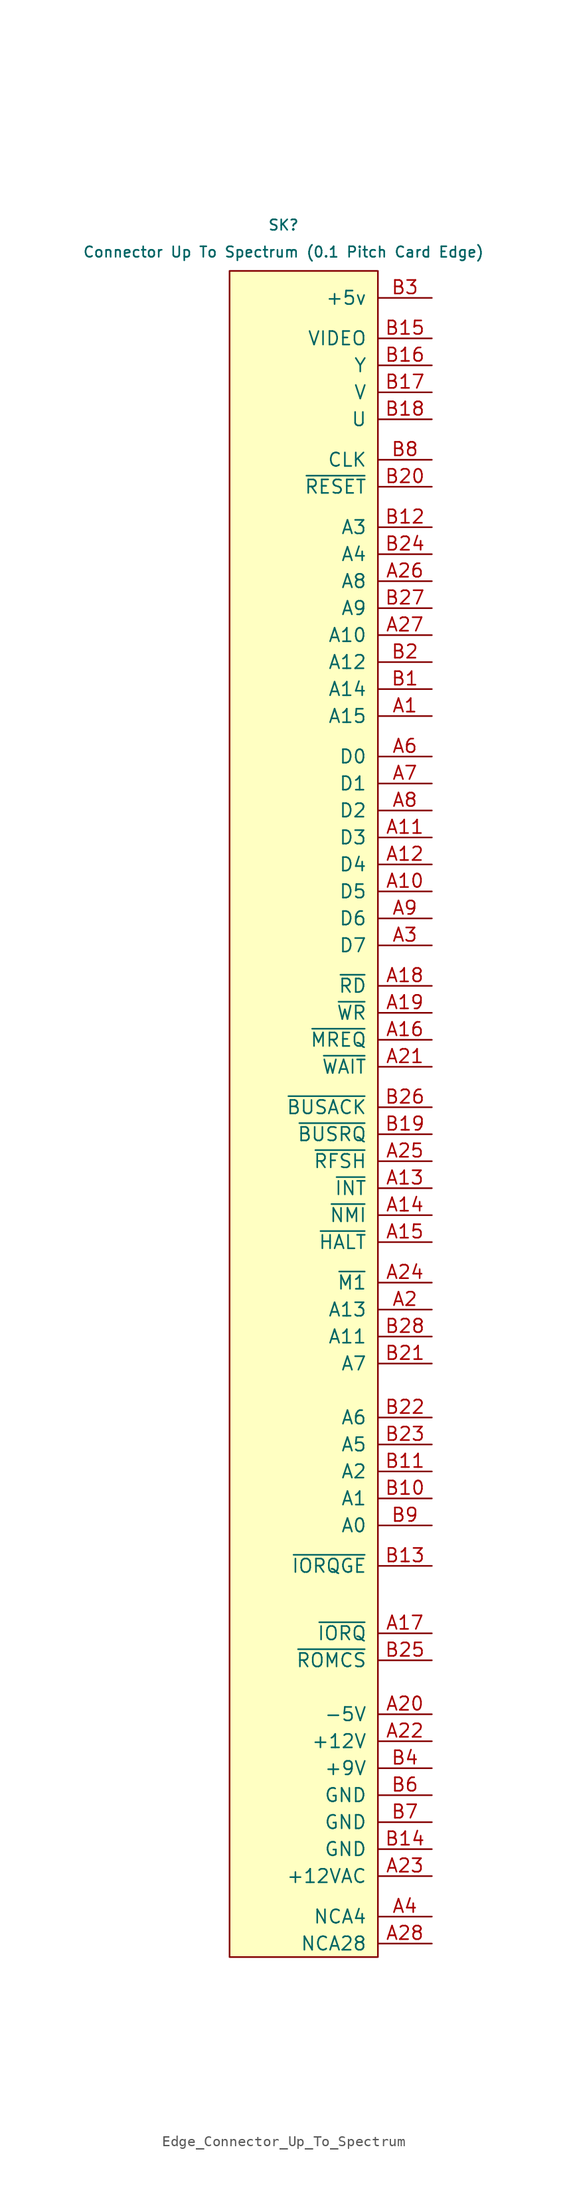
<source format=kicad_sym>
(kicad_symbol_lib
  (version 20241209)
  (generator "kicad_symbol_editor")
  (generator_version "9.0")
  (symbol "Edge_Connector_Up_To_Spectrum"
    (pin_names
      (offset 1.016))
    (property "Reference" "SK"
      (at 8.89 86.868 0)
      (effects (font (size 0.991 0.991))))
    (property "Value" "Connector Up To Spectrum (0.1 Pitch Card Edge)"
      (at 8.89 84.328 0)
      (effects (font (size 0.991 0.991))))
    (symbol "Edge_Connector_Up_To_Spectrum_0_0"
      (rectangle (start 3.81 82.55) (end 17.78 -76.2) (stroke (width 0) (type default)) (fill (type background))))
    (symbol "Edge_Connector_Up_To_Spectrum_1_1"
      (pin power_out line (at 22.86 80.01 180) (length 5.08) (name "+5v" (effects (font (size 1.27 1.27)))) (number "B3" (effects (font (size 1.27 1.27)))))
      (pin input line (at 22.86 76.2 180) (length 5.08) (name "VIDEO" (effects (font (size 1.27 1.27)))) (number "B15" (effects (font (size 1.27 1.27)))))
      (pin input line (at 22.86 73.66 180) (length 5.08) (name "Y" (effects (font (size 1.27 1.27)))) (number "B16" (effects (font (size 1.27 1.27)))))
      (pin input line (at 22.86 71.12 180) (length 5.08) (name "V" (effects (font (size 1.27 1.27)))) (number "B17" (effects (font (size 1.27 1.27)))))
      (pin input line (at 22.86 68.58 180) (length 5.08) (name "U" (effects (font (size 1.27 1.27)))) (number "B18" (effects (font (size 1.27 1.27)))))
      (pin output line (at 22.86 64.77 180) (length 5.08) (name "CLK" (effects (font (size 1.27 1.27)))) (number "B8" (effects (font (size 1.27 1.27)))))
      (pin passive line (at 22.86 62.23 180) (length 5.08) (name "~{RESET}" (effects (font (size 1.27 1.27)))) (number "B20" (effects (font (size 1.27 1.27)))))
      (pin tri_state line (at 22.86 58.42 180) (length 5.08) (name "A3" (effects (font (size 1.27 1.27)))) (number "B12" (effects (font (size 1.27 1.27)))))
      (pin tri_state line (at 22.86 55.88 180) (length 5.08) (name "A4" (effects (font (size 1.27 1.27)))) (number "B24" (effects (font (size 1.27 1.27)))))
      (pin tri_state line (at 22.86 53.34 180) (length 5.08) (name "A8" (effects (font (size 1.27 1.27)))) (number "A26" (effects (font (size 1.27 1.27)))))
      (pin tri_state line (at 22.86 50.8 180) (length 5.08) (name "A9" (effects (font (size 1.27 1.27)))) (number "B27" (effects (font (size 1.27 1.27)))))
      (pin tri_state line (at 22.86 48.26 180) (length 5.08) (name "A10" (effects (font (size 1.27 1.27)))) (number "A27" (effects (font (size 1.27 1.27)))))
      (pin tri_state line (at 22.86 45.72 180) (length 5.08) (name "A12" (effects (font (size 1.27 1.27)))) (number "B2" (effects (font (size 1.27 1.27)))))
      (pin tri_state line (at 22.86 43.18 180) (length 5.08) (name "A14" (effects (font (size 1.27 1.27)))) (number "B1" (effects (font (size 1.27 1.27)))))
      (pin tri_state line (at 22.86 40.64 180) (length 5.08) (name "A15" (effects (font (size 1.27 1.27)))) (number "A1" (effects (font (size 1.27 1.27)))))
      (pin bidirectional line (at 22.86 36.83 180) (length 5.08) (name "D0" (effects (font (size 1.27 1.27)))) (number "A6" (effects (font (size 1.27 1.27)))))
      (pin bidirectional line (at 22.86 34.29 180) (length 5.08) (name "D1" (effects (font (size 1.27 1.27)))) (number "A7" (effects (font (size 1.27 1.27)))))
      (pin bidirectional line (at 22.86 31.75 180) (length 5.08) (name "D2" (effects (font (size 1.27 1.27)))) (number "A8" (effects (font (size 1.27 1.27)))))
      (pin bidirectional line (at 22.86 29.21 180) (length 5.08) (name "D3" (effects (font (size 1.27 1.27)))) (number "A11" (effects (font (size 1.27 1.27)))))
      (pin bidirectional line (at 22.86 26.67 180) (length 5.08) (name "D4" (effects (font (size 1.27 1.27)))) (number "A12" (effects (font (size 1.27 1.27)))))
      (pin bidirectional line (at 22.86 24.13 180) (length 5.08) (name "D5" (effects (font (size 1.27 1.27)))) (number "A10" (effects (font (size 1.27 1.27)))))
      (pin bidirectional line (at 22.86 21.59 180) (length 5.08) (name "D6" (effects (font (size 1.27 1.27)))) (number "A9" (effects (font (size 1.27 1.27)))))
      (pin bidirectional line (at 22.86 19.05 180) (length 5.08) (name "D7" (effects (font (size 1.27 1.27)))) (number "A3" (effects (font (size 1.27 1.27)))))
      (pin output line (at 22.86 15.24 180) (length 5.08) (name "~{RD}" (effects (font (size 1.27 1.27)))) (number "A18" (effects (font (size 1.27 1.27)))))
      (pin output line (at 22.86 12.7 180) (length 5.08) (name "~{WR}" (effects (font (size 1.27 1.27)))) (number "A19" (effects (font (size 1.27 1.27)))))
      (pin output line (at 22.86 10.16 180) (length 5.08) (name "~{MREQ}" (effects (font (size 1.27 1.27)))) (number "A16" (effects (font (size 1.27 1.27)))))
      (pin input line (at 22.86 7.62 180) (length 5.08) (name "~{WAIT}" (effects (font (size 1.27 1.27)))) (number "A21" (effects (font (size 1.27 1.27)))))
      (pin input line (at 22.86 3.81 180) (length 5.08) (name "~{BUSACK}" (effects (font (size 1.27 1.27)))) (number "B26" (effects (font (size 1.27 1.27)))))
      (pin passive line (at 22.86 1.27 180) (length 5.08) (name "~{BUSRQ}" (effects (font (size 1.27 1.27)))) (number "B19" (effects (font (size 1.27 1.27)))))
      (pin input line (at 22.86 -1.27 180) (length 5.08) (name "~{RFSH}" (effects (font (size 1.27 1.27)))) (number "A25" (effects (font (size 1.27 1.27)))))
      (pin input line (at 22.86 -3.81 180) (length 5.08) (name "~{INT}" (effects (font (size 1.27 1.27)))) (number "A13" (effects (font (size 1.27 1.27)))))
      (pin input line (at 22.86 -6.35 180) (length 5.08) (name "~{NMI}" (effects (font (size 1.27 1.27)))) (number "A14" (effects (font (size 1.27 1.27)))))
      (pin input line (at 22.86 -8.89 180) (length 5.08) (name "~{HALT}" (effects (font (size 1.27 1.27)))) (number "A15" (effects (font (size 1.27 1.27)))))
      (pin output line (at 22.86 -12.7 180) (length 5.08) (name "~{M1}" (effects (font (size 1.27 1.27)))) (number "A24" (effects (font (size 1.27 1.27)))))
      (pin tri_state line (at 22.86 -15.24 180) (length 5.08) (name "A13" (effects (font (size 1.27 1.27)))) (number "A2" (effects (font (size 1.27 1.27)))))
      (pin tri_state line (at 22.86 -17.78 180) (length 5.08) (name "A11" (effects (font (size 1.27 1.27)))) (number "B28" (effects (font (size 1.27 1.27)))))
      (pin tri_state line (at 22.86 -20.32 180) (length 5.08) (name "A7" (effects (font (size 1.27 1.27)))) (number "B21" (effects (font (size 1.27 1.27)))))
      (pin tri_state line (at 22.86 -25.4 180) (length 5.08) (name "A6" (effects (font (size 1.27 1.27)))) (number "B22" (effects (font (size 1.27 1.27)))))
      (pin tri_state line (at 22.86 -27.94 180) (length 5.08) (name "A5" (effects (font (size 1.27 1.27)))) (number "B23" (effects (font (size 1.27 1.27)))))
      (pin tri_state line (at 22.86 -30.48 180) (length 5.08) (name "A2" (effects (font (size 1.27 1.27)))) (number "B11" (effects (font (size 1.27 1.27)))))
      (pin tri_state line (at 22.86 -33.02 180) (length 5.08) (name "A1" (effects (font (size 1.27 1.27)))) (number "B10" (effects (font (size 1.27 1.27)))))
      (pin tri_state line (at 22.86 -35.56 180) (length 5.08) (name "A0" (effects (font (size 1.27 1.27)))) (number "B9" (effects (font (size 1.27 1.27)))))
      (pin input line (at 22.86 -39.37 180) (length 5.08) (name "~{IORQGE}" (effects (font (size 1.27 1.27)))) (number "B13" (effects (font (size 1.27 1.27)))))
      (pin output line (at 22.86 -45.72 180) (length 5.08) (name "~{IORQ}" (effects (font (size 1.27 1.27)))) (number "A17" (effects (font (size 1.27 1.27)))))
      (pin input line (at 22.86 -48.26 180) (length 5.08) (name "~{ROMCS}" (effects (font (size 1.27 1.27)))) (number "B25" (effects (font (size 1.27 1.27)))))
      (pin power_out line (at 22.86 -53.34 180) (length 5.08) (name "-5V" (effects (font (size 1.27 1.27)))) (number "A20" (effects (font (size 1.27 1.27)))))
      (pin power_out line (at 22.86 -55.88 180) (length 5.08) (name "+12V" (effects (font (size 1.27 1.27)))) (number "A22" (effects (font (size 1.27 1.27)))))
      (pin power_out line (at 22.86 -58.42 180) (length 5.08) (name "+9V" (effects (font (size 1.27 1.27)))) (number "B4" (effects (font (size 1.27 1.27)))))
      (pin power_out line (at 22.86 -60.96 180) (length 5.08) (name "GND" (effects (font (size 1.27 1.27)))) (number "B6" (effects (font (size 1.27 1.27)))))
      (pin passive line (at 22.86 -63.5 180) (length 5.08) (name "GND" (effects (font (size 1.27 1.27)))) (number "B7" (effects (font (size 1.27 1.27)))))
      (pin passive line (at 22.86 -66.04 180) (length 5.08) (name "GND" (effects (font (size 1.27 1.27)))) (number "B14" (effects (font (size 1.27 1.27)))))
      (pin power_out line (at 22.86 -68.58 180) (length 5.08) (name "+12VAC" (effects (font (size 1.27 1.27)))) (number "A23" (effects (font (size 1.27 1.27)))))
      (pin passive line (at 22.86 -72.39 180) (length 5.08) (name "NCA4" (effects (font (size 1.27 1.27)))) (number "A4" (effects (font (size 1.27 1.27)))))
      (pin passive line (at 22.86 -74.93 180) (length 5.08) (name "NCA28" (effects (font (size 1.27 1.27)))) (number "A28" (effects (font (size 1.27 1.27))))))))
</source>
